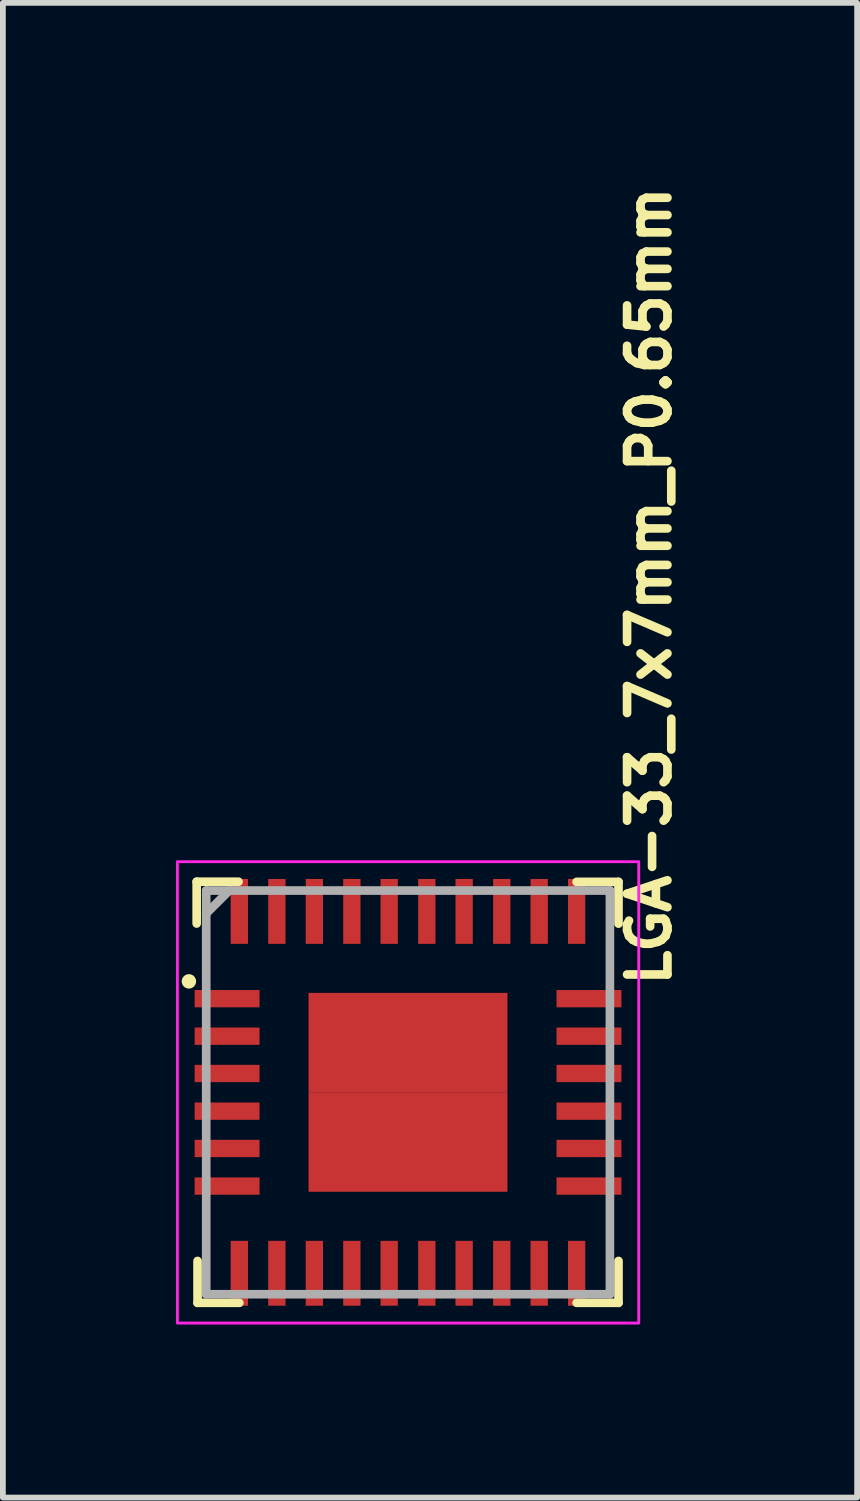
<source format=kicad_pcb>
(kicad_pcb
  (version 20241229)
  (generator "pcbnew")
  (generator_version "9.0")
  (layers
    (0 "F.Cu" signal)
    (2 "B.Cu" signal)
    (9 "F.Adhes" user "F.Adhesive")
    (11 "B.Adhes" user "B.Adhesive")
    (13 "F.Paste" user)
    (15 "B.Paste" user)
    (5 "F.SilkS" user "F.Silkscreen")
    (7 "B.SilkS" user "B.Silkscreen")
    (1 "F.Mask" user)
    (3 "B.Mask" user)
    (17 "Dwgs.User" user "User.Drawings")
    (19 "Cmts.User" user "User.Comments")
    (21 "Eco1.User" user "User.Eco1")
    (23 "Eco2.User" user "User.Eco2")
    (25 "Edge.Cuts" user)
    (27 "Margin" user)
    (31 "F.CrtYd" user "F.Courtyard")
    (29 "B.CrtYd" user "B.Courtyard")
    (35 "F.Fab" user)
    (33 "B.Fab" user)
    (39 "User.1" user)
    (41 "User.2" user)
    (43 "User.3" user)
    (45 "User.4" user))
  (footprint "LGA-33_7x7mm_P0.65mm"
    (layer "F.Cu")
    (at 4.025 15.889)
    (property "Reference" "LGA-33_7x7mm_P0.65mm" (at 4.59 -1.779 90) (layer "F.SilkS") (effects (font (size 0.7 0.7) (thickness 0.15)) (justify left bottom)))
    (attr smd)
    (fp_line (start -3.665 -3.653) (end -2.94 -3.653) (stroke (width 0.15) (type solid)) (layer "F.SilkS"))
    (fp_line (start -3.665 -2.928) (end -3.665 -3.653) (stroke (width 0.15) (type solid)) (layer "F.SilkS"))
    (fp_line (start -3.65 3.648) (end -3.65 2.922) (stroke (width 0.15) (type solid)) (layer "F.SilkS"))
    (fp_line (start -2.926 3.648) (end -3.65 3.648) (stroke (width 0.15) (type solid)) (layer "F.SilkS"))
    (fp_line (start 2.922 -3.65) (end 3.648 -3.65) (stroke (width 0.15) (type solid)) (layer "F.SilkS"))
    (fp_line (start 2.922 3.648) (end 3.648 3.648) (stroke (width 0.15) (type solid)) (layer "F.SilkS"))
    (fp_line (start 3.648 -3.65) (end 3.648 -2.926) (stroke (width 0.15) (type solid)) (layer "F.SilkS"))
    (fp_line (start 3.648 3.648) (end 3.648 2.922) (stroke (width 0.15) (type solid)) (layer "F.SilkS"))
    (fp_circle (center -3.8 -1.925) (end -3.75 -1.925) (stroke (width 0.15) (type solid)) (fill yes) (layer "F.SilkS"))
    (fp_rect (start -4 -4) (end 3.999 3.999) (stroke (width 0.05) (type solid)) (fill no) (layer "F.CrtYd"))
    (fp_line (start -3.5 -3.5) (end -3.5 3.499) (stroke (width 0.15) (type solid)) (layer "F.Fab"))
    (fp_line (start -3.5 3.499) (end 3.499 3.499) (stroke (width 0.15) (type solid)) (layer "F.Fab"))
    (fp_line (start -3.101 -3.5) (end -3.5 -3.101) (stroke (width 0.15) (type solid)) (layer "F.Fab"))
    (fp_line (start 3.499 -3.5) (end -3.5 -3.5) (stroke (width 0.15) (type solid)) (layer "F.Fab"))
    (fp_line (start 3.499 3.499) (end 3.499 -3.5) (stroke (width 0.15) (type solid)) (layer "F.Fab"))
    (fp_rect (start -3.5 -3.5) (end 3.499 3.499) (stroke (width 0.1) (type solid)) (fill no) (layer "User.5"))
    (fp_line (start -3.5 -3.5) (end -3.5 3.499) (stroke (width 0.02) (type solid)) (layer "User.9"))
    (fp_line (start -3.5 3.499) (end 3.499 3.499) (stroke (width 0.02) (type solid)) (layer "User.9"))
    (fp_line (start -3 -2.621) (end -3 -2.601) (stroke (width 0.02) (type solid)) (layer "User.9"))
    (fp_line (start -3 -2.621) (end -3 -2.601) (stroke (width 0.02) (type solid)) (layer "User.9"))
    (fp_line (start -3 -2.601) (end -3 -2.601) (stroke (width 0.02) (type solid)) (layer "User.9"))
    (fp_line (start -3 -2.601) (end -3 -2.601) (stroke (width 0.02) (type solid)) (layer "User.9"))
    (fp_line (start -3 -2.601) (end -3 -2.581) (stroke (width 0.02) (type solid)) (layer "User.9"))
    (fp_line (start -3 -2.601) (end -3 -2.581) (stroke (width 0.02) (type solid)) (layer "User.9"))
    (fp_line (start -3 -2.581) (end -2.999 -2.56) (stroke (width 0.02) (type solid)) (layer "User.9"))
    (fp_line (start -3 -2.581) (end -2.999 -2.56) (stroke (width 0.02) (type solid)) (layer "User.9"))
    (fp_line (start -2.999 -2.641) (end -3 -2.621) (stroke (width 0.02) (type solid)) (layer "User.9"))
    (fp_line (start -2.999 -2.641) (end -3 -2.621) (stroke (width 0.02) (type solid)) (layer "User.9"))
    (fp_line (start -2.999 -2.56) (end -2.996 -2.54) (stroke (width 0.02) (type solid)) (layer "User.9"))
    (fp_line (start -2.999 -2.56) (end -2.996 -2.54) (stroke (width 0.02) (type solid)) (layer "User.9"))
    (fp_line (start -2.996 -2.661) (end -2.999 -2.641) (stroke (width 0.02) (type solid)) (layer "User.9"))
    (fp_line (start -2.996 -2.661) (end -2.999 -2.641) (stroke (width 0.02) (type solid)) (layer "User.9"))
    (fp_line (start -2.996 -2.54) (end -2.992 -2.52) (stroke (width 0.02) (type solid)) (layer "User.9"))
    (fp_line (start -2.996 -2.54) (end -2.992 -2.52) (stroke (width 0.02) (type solid)) (layer "User.9"))
    (fp_line (start -2.992 -2.681) (end -2.996 -2.661) (stroke (width 0.02) (type solid)) (layer "User.9"))
    (fp_line (start -2.992 -2.681) (end -2.996 -2.661) (stroke (width 0.02) (type solid)) (layer "User.9"))
    (fp_line (start -2.992 -2.52) (end -2.988 -2.501) (stroke (width 0.02) (type solid)) (layer "User.9"))
    (fp_line (start -2.992 -2.52) (end -2.988 -2.501) (stroke (width 0.02) (type solid)) (layer "User.9"))
    (fp_line (start -2.988 -2.701) (end -2.992 -2.681) (stroke (width 0.02) (type solid)) (layer "User.9"))
    (fp_line (start -2.988 -2.701) (end -2.992 -2.681) (stroke (width 0.02) (type solid)) (layer "User.9"))
    (fp_line (start -2.988 -2.501) (end -2.983 -2.483) (stroke (width 0.02) (type solid)) (layer "User.9"))
    (fp_line (start -2.988 -2.501) (end -2.983 -2.483) (stroke (width 0.02) (type solid)) (layer "User.9"))
    (fp_line (start -2.983 -2.719) (end -2.988 -2.701) (stroke (width 0.02) (type solid)) (layer "User.9"))
    (fp_line (start -2.983 -2.719) (end -2.988 -2.701) (stroke (width 0.02) (type solid)) (layer "User.9"))
    (fp_line (start -2.983 -2.483) (end -2.976 -2.464) (stroke (width 0.02) (type solid)) (layer "User.9"))
    (fp_line (start -2.983 -2.483) (end -2.976 -2.464) (stroke (width 0.02) (type solid)) (layer "User.9"))
    (fp_line (start -2.976 -2.738) (end -2.983 -2.719) (stroke (width 0.02) (type solid)) (layer "User.9"))
    (fp_line (start -2.976 -2.738) (end -2.983 -2.719) (stroke (width 0.02) (type solid)) (layer "User.9"))
    (fp_line (start -2.976 -2.464) (end -2.969 -2.445) (stroke (width 0.02) (type solid)) (layer "User.9"))
    (fp_line (start -2.976 -2.464) (end -2.969 -2.445) (stroke (width 0.02) (type solid)) (layer "User.9"))
    (fp_line (start -2.969 -2.757) (end -2.976 -2.738) (stroke (width 0.02) (type solid)) (layer "User.9"))
    (fp_line (start -2.969 -2.757) (end -2.976 -2.738) (stroke (width 0.02) (type solid)) (layer "User.9"))
    (fp_line (start -2.969 -2.445) (end -2.961 -2.427) (stroke (width 0.02) (type solid)) (layer "User.9"))
    (fp_line (start -2.969 -2.445) (end -2.961 -2.427) (stroke (width 0.02) (type solid)) (layer "User.9"))
    (fp_line (start -2.961 -2.774) (end -2.969 -2.757) (stroke (width 0.02) (type solid)) (layer "User.9"))
    (fp_line (start -2.961 -2.774) (end -2.969 -2.757) (stroke (width 0.02) (type solid)) (layer "User.9"))
    (fp_line (start -2.961 -2.427) (end -2.952 -2.411) (stroke (width 0.02) (type solid)) (layer "User.9"))
    (fp_line (start -2.961 -2.427) (end -2.952 -2.411) (stroke (width 0.02) (type solid)) (layer "User.9"))
    (fp_line (start -2.952 -2.791) (end -2.961 -2.774) (stroke (width 0.02) (type solid)) (layer "User.9"))
    (fp_line (start -2.952 -2.791) (end -2.961 -2.774) (stroke (width 0.02) (type solid)) (layer "User.9"))
    (fp_line (start -2.952 -2.411) (end -2.943 -2.394) (stroke (width 0.02) (type solid)) (layer "User.9"))
    (fp_line (start -2.952 -2.411) (end -2.943 -2.394) (stroke (width 0.02) (type solid)) (layer "User.9"))
    (fp_line (start -2.943 -2.809) (end -2.952 -2.791) (stroke (width 0.02) (type solid)) (layer "User.9"))
    (fp_line (start -2.943 -2.809) (end -2.952 -2.791) (stroke (width 0.02) (type solid)) (layer "User.9"))
    (fp_line (start -2.943 -2.394) (end -2.932 -2.378) (stroke (width 0.02) (type solid)) (layer "User.9"))
    (fp_line (start -2.943 -2.394) (end -2.932 -2.378) (stroke (width 0.02) (type solid)) (layer "User.9"))
    (fp_line (start -2.932 -2.824) (end -2.943 -2.809) (stroke (width 0.02) (type solid)) (layer "User.9"))
    (fp_line (start -2.932 -2.824) (end -2.943 -2.809) (stroke (width 0.02) (type solid)) (layer "User.9"))
    (fp_line (start -2.932 -2.378) (end -2.922 -2.362) (stroke (width 0.02) (type solid)) (layer "User.9"))
    (fp_line (start -2.932 -2.378) (end -2.922 -2.362) (stroke (width 0.02) (type solid)) (layer "User.9"))
    (fp_line (start -2.922 -2.84) (end -2.932 -2.824) (stroke (width 0.02) (type solid)) (layer "User.9"))
    (fp_line (start -2.922 -2.84) (end -2.932 -2.824) (stroke (width 0.02) (type solid)) (layer "User.9"))
    (fp_line (start -2.922 -2.362) (end -2.91 -2.347) (stroke (width 0.02) (type solid)) (layer "User.9"))
    (fp_line (start -2.922 -2.362) (end -2.91 -2.347) (stroke (width 0.02) (type solid)) (layer "User.9"))
    (fp_line (start -2.91 -2.855) (end -2.922 -2.84) (stroke (width 0.02) (type solid)) (layer "User.9"))
    (fp_line (start -2.91 -2.855) (end -2.922 -2.84) (stroke (width 0.02) (type solid)) (layer "User.9"))
    (fp_line (start -2.91 -2.347) (end -2.896 -2.332) (stroke (width 0.02) (type solid)) (layer "User.9"))
    (fp_line (start -2.91 -2.347) (end -2.896 -2.332) (stroke (width 0.02) (type solid)) (layer "User.9"))
    (fp_line (start -2.896 -2.87) (end -2.91 -2.855) (stroke (width 0.02) (type solid)) (layer "User.9"))
    (fp_line (start -2.896 -2.87) (end -2.91 -2.855) (stroke (width 0.02) (type solid)) (layer "User.9"))
    (fp_line (start -2.896 -2.332) (end -2.883 -2.319) (stroke (width 0.02) (type solid)) (layer "User.9"))
    (fp_line (start -2.896 -2.332) (end -2.883 -2.319) (stroke (width 0.02) (type solid)) (layer "User.9"))
    (fp_line (start -2.883 -2.883) (end -2.896 -2.87) (stroke (width 0.02) (type solid)) (layer "User.9"))
    (fp_line (start -2.883 -2.883) (end -2.896 -2.87) (stroke (width 0.02) (type solid)) (layer "User.9"))
    (fp_line (start -2.883 -2.319) (end -2.87 -2.305) (stroke (width 0.02) (type solid)) (layer "User.9"))
    (fp_line (start -2.883 -2.319) (end -2.87 -2.305) (stroke (width 0.02) (type solid)) (layer "User.9"))
    (fp_line (start -2.87 -2.898) (end -2.883 -2.883) (stroke (width 0.02) (type solid)) (layer "User.9"))
    (fp_line (start -2.87 -2.898) (end -2.883 -2.883) (stroke (width 0.02) (type solid)) (layer "User.9"))
    (fp_line (start -2.87 -2.305) (end -2.855 -2.293) (stroke (width 0.02) (type solid)) (layer "User.9"))
    (fp_line (start -2.87 -2.305) (end -2.855 -2.293) (stroke (width 0.02) (type solid)) (layer "User.9"))
    (fp_line (start -2.855 -2.91) (end -2.87 -2.898) (stroke (width 0.02) (type solid)) (layer "User.9"))
    (fp_line (start -2.855 -2.91) (end -2.87 -2.898) (stroke (width 0.02) (type solid)) (layer "User.9"))
    (fp_line (start -2.855 -2.293) (end -2.84 -2.281) (stroke (width 0.02) (type solid)) (layer "User.9"))
    (fp_line (start -2.855 -2.293) (end -2.84 -2.281) (stroke (width 0.02) (type solid)) (layer "User.9"))
    (fp_line (start -2.84 -2.922) (end -2.855 -2.91) (stroke (width 0.02) (type solid)) (layer "User.9"))
    (fp_line (start -2.84 -2.922) (end -2.855 -2.91) (stroke (width 0.02) (type solid)) (layer "User.9"))
    (fp_line (start -2.84 -2.281) (end -2.824 -2.27) (stroke (width 0.02) (type solid)) (layer "User.9"))
    (fp_line (start -2.84 -2.281) (end -2.824 -2.27) (stroke (width 0.02) (type solid)) (layer "User.9"))
    (fp_line (start -2.824 -2.932) (end -2.84 -2.922) (stroke (width 0.02) (type solid)) (layer "User.9"))
    (fp_line (start -2.824 -2.932) (end -2.84 -2.922) (stroke (width 0.02) (type solid)) (layer "User.9"))
    (fp_line (start -2.824 -2.27) (end -2.809 -2.258) (stroke (width 0.02) (type solid)) (layer "User.9"))
    (fp_line (start -2.824 -2.27) (end -2.809 -2.258) (stroke (width 0.02) (type solid)) (layer "User.9"))
    (fp_line (start -2.809 -2.943) (end -2.824 -2.932) (stroke (width 0.02) (type solid)) (layer "User.9"))
    (fp_line (start -2.809 -2.943) (end -2.824 -2.932) (stroke (width 0.02) (type solid)) (layer "User.9"))
    (fp_line (start -2.809 -2.258) (end -2.791 -2.25) (stroke (width 0.02) (type solid)) (layer "User.9"))
    (fp_line (start -2.809 -2.258) (end -2.791 -2.25) (stroke (width 0.02) (type solid)) (layer "User.9"))
    (fp_line (start -2.791 -2.952) (end -2.809 -2.943) (stroke (width 0.02) (type solid)) (layer "User.9"))
    (fp_line (start -2.791 -2.952) (end -2.809 -2.943) (stroke (width 0.02) (type solid)) (layer "User.9"))
    (fp_line (start -2.791 -2.25) (end -2.774 -2.241) (stroke (width 0.02) (type solid)) (layer "User.9"))
    (fp_line (start -2.791 -2.25) (end -2.774 -2.241) (stroke (width 0.02) (type solid)) (layer "User.9"))
    (fp_line (start -2.774 -2.961) (end -2.791 -2.952) (stroke (width 0.02) (type solid)) (layer "User.9"))
    (fp_line (start -2.774 -2.961) (end -2.791 -2.952) (stroke (width 0.02) (type solid)) (layer "User.9"))
    (fp_line (start -2.774 -2.241) (end -2.757 -2.233) (stroke (width 0.02) (type solid)) (layer "User.9"))
    (fp_line (start -2.774 -2.241) (end -2.757 -2.233) (stroke (width 0.02) (type solid)) (layer "User.9"))
    (fp_line (start -2.757 -2.969) (end -2.774 -2.961) (stroke (width 0.02) (type solid)) (layer "User.9"))
    (fp_line (start -2.757 -2.969) (end -2.774 -2.961) (stroke (width 0.02) (type solid)) (layer "User.9"))
    (fp_line (start -2.757 -2.233) (end -2.738 -2.226) (stroke (width 0.02) (type solid)) (layer "User.9"))
    (fp_line (start -2.757 -2.233) (end -2.738 -2.226) (stroke (width 0.02) (type solid)) (layer "User.9"))
    (fp_line (start -2.738 -2.976) (end -2.757 -2.969) (stroke (width 0.02) (type solid)) (layer "User.9"))
    (fp_line (start -2.738 -2.976) (end -2.757 -2.969) (stroke (width 0.02) (type solid)) (layer "User.9"))
    (fp_line (start -2.738 -2.226) (end -2.719 -2.219) (stroke (width 0.02) (type solid)) (layer "User.9"))
    (fp_line (start -2.738 -2.226) (end -2.719 -2.219) (stroke (width 0.02) (type solid)) (layer "User.9"))
    (fp_line (start -2.719 -2.983) (end -2.738 -2.976) (stroke (width 0.02) (type solid)) (layer "User.9"))
    (fp_line (start -2.719 -2.983) (end -2.738 -2.976) (stroke (width 0.02) (type solid)) (layer "User.9"))
    (fp_line (start -2.719 -2.219) (end -2.701 -2.214) (stroke (width 0.02) (type solid)) (layer "User.9"))
    (fp_line (start -2.719 -2.219) (end -2.701 -2.214) (stroke (width 0.02) (type solid)) (layer "User.9"))
    (fp_line (start -2.701 -2.988) (end -2.719 -2.983) (stroke (width 0.02) (type solid)) (layer "User.9"))
    (fp_line (start -2.701 -2.988) (end -2.719 -2.983) (stroke (width 0.02) (type solid)) (layer "User.9"))
    (fp_line (start -2.701 -2.214) (end -2.681 -2.21) (stroke (width 0.02) (type solid)) (layer "User.9"))
    (fp_line (start -2.701 -2.214) (end -2.681 -2.21) (stroke (width 0.02) (type solid)) (layer "User.9"))
    (fp_line (start -2.681 -2.992) (end -2.701 -2.988) (stroke (width 0.02) (type solid)) (layer "User.9"))
    (fp_line (start -2.681 -2.992) (end -2.701 -2.988) (stroke (width 0.02) (type solid)) (layer "User.9"))
    (fp_line (start -2.681 -2.21) (end -2.661 -2.206) (stroke (width 0.02) (type solid)) (layer "User.9"))
    (fp_line (start -2.681 -2.21) (end -2.661 -2.206) (stroke (width 0.02) (type solid)) (layer "User.9"))
    (fp_line (start -2.661 -2.996) (end -2.681 -2.992) (stroke (width 0.02) (type solid)) (layer "User.9"))
    (fp_line (start -2.661 -2.996) (end -2.681 -2.992) (stroke (width 0.02) (type solid)) (layer "User.9"))
    (fp_line (start -2.661 -2.206) (end -2.641 -2.203) (stroke (width 0.02) (type solid)) (layer "User.9"))
    (fp_line (start -2.661 -2.206) (end -2.641 -2.203) (stroke (width 0.02) (type solid)) (layer "User.9"))
    (fp_line (start -2.641 -2.999) (end -2.661 -2.996) (stroke (width 0.02) (type solid)) (layer "User.9"))
    (fp_line (start -2.641 -2.999) (end -2.661 -2.996) (stroke (width 0.02) (type solid)) (layer "User.9"))
    (fp_line (start -2.641 -2.203) (end -2.621 -2.202) (stroke (width 0.02) (type solid)) (layer "User.9"))
    (fp_line (start -2.641 -2.203) (end -2.621 -2.202) (stroke (width 0.02) (type solid)) (layer "User.9"))
    (fp_line (start -2.621 -3) (end -2.641 -2.999) (stroke (width 0.02) (type solid)) (layer "User.9"))
    (fp_line (start -2.621 -3) (end -2.641 -2.999) (stroke (width 0.02) (type solid)) (layer "User.9"))
    (fp_line (start -2.621 -2.202) (end -2.601 -2.202) (stroke (width 0.02) (type solid)) (layer "User.9"))
    (fp_line (start -2.621 -2.202) (end -2.601 -2.202) (stroke (width 0.02) (type solid)) (layer "User.9"))
    (fp_line (start -2.601 -3) (end -2.621 -3) (stroke (width 0.02) (type solid)) (layer "User.9"))
    (fp_line (start -2.601 -3) (end -2.621 -3) (stroke (width 0.02) (type solid)) (layer "User.9"))
    (fp_line (start -2.601 -2.202) (end -2.581 -2.202) (stroke (width 0.02) (type solid)) (layer "User.9"))
    (fp_line (start -2.601 -2.202) (end -2.581 -2.202) (stroke (width 0.02) (type solid)) (layer "User.9"))
    (fp_line (start -2.581 -3) (end -2.601 -3) (stroke (width 0.02) (type solid)) (layer "User.9"))
    (fp_line (start -2.581 -3) (end -2.601 -3) (stroke (width 0.02) (type solid)) (layer "User.9"))
    (fp_line (start -2.581 -2.202) (end -2.56 -2.203) (stroke (width 0.02) (type solid)) (layer "User.9"))
    (fp_line (start -2.581 -2.202) (end -2.56 -2.203) (stroke (width 0.02) (type solid)) (layer "User.9"))
    (fp_line (start -2.56 -2.999) (end -2.581 -3) (stroke (width 0.02) (type solid)) (layer "User.9"))
    (fp_line (start -2.56 -2.999) (end -2.581 -3) (stroke (width 0.02) (type solid)) (layer "User.9"))
    (fp_line (start -2.56 -2.203) (end -2.54 -2.206) (stroke (width 0.02) (type solid)) (layer "User.9"))
    (fp_line (start -2.56 -2.203) (end -2.54 -2.206) (stroke (width 0.02) (type solid)) (layer "User.9"))
    (fp_line (start -2.54 -2.996) (end -2.56 -2.999) (stroke (width 0.02) (type solid)) (layer "User.9"))
    (fp_line (start -2.54 -2.996) (end -2.56 -2.999) (stroke (width 0.02) (type solid)) (layer "User.9"))
    (fp_line (start -2.54 -2.206) (end -2.52 -2.21) (stroke (width 0.02) (type solid)) (layer "User.9"))
    (fp_line (start -2.54 -2.206) (end -2.52 -2.21) (stroke (width 0.02) (type solid)) (layer "User.9"))
    (fp_line (start -2.52 -2.992) (end -2.54 -2.996) (stroke (width 0.02) (type solid)) (layer "User.9"))
    (fp_line (start -2.52 -2.992) (end -2.54 -2.996) (stroke (width 0.02) (type solid)) (layer "User.9"))
    (fp_line (start -2.52 -2.21) (end -2.501 -2.214) (stroke (width 0.02) (type solid)) (layer "User.9"))
    (fp_line (start -2.52 -2.21) (end -2.501 -2.214) (stroke (width 0.02) (type solid)) (layer "User.9"))
    (fp_line (start -2.501 -2.988) (end -2.52 -2.992) (stroke (width 0.02) (type solid)) (layer "User.9"))
    (fp_line (start -2.501 -2.988) (end -2.52 -2.992) (stroke (width 0.02) (type solid)) (layer "User.9"))
    (fp_line (start -2.501 -2.214) (end -2.483 -2.219) (stroke (width 0.02) (type solid)) (layer "User.9"))
    (fp_line (start -2.501 -2.214) (end -2.483 -2.219) (stroke (width 0.02) (type solid)) (layer "User.9"))
    (fp_line (start -2.483 -2.983) (end -2.501 -2.988) (stroke (width 0.02) (type solid)) (layer "User.9"))
    (fp_line (start -2.483 -2.983) (end -2.501 -2.988) (stroke (width 0.02) (type solid)) (layer "User.9"))
    (fp_line (start -2.483 -2.219) (end -2.464 -2.226) (stroke (width 0.02) (type solid)) (layer "User.9"))
    (fp_line (start -2.483 -2.219) (end -2.464 -2.226) (stroke (width 0.02) (type solid)) (layer "User.9"))
    (fp_line (start -2.464 -2.976) (end -2.483 -2.983) (stroke (width 0.02) (type solid)) (layer "User.9"))
    (fp_line (start -2.464 -2.976) (end -2.483 -2.983) (stroke (width 0.02) (type solid)) (layer "User.9"))
    (fp_line (start -2.464 -2.226) (end -2.445 -2.233) (stroke (width 0.02) (type solid)) (layer "User.9"))
    (fp_line (start -2.464 -2.226) (end -2.445 -2.233) (stroke (width 0.02) (type solid)) (layer "User.9"))
    (fp_line (start -2.445 -2.969) (end -2.464 -2.976) (stroke (width 0.02) (type solid)) (layer "User.9"))
    (fp_line (start -2.445 -2.969) (end -2.464 -2.976) (stroke (width 0.02) (type solid)) (layer "User.9"))
    (fp_line (start -2.445 -2.233) (end -2.427 -2.241) (stroke (width 0.02) (type solid)) (layer "User.9"))
    (fp_line (start -2.445 -2.233) (end -2.427 -2.241) (stroke (width 0.02) (type solid)) (layer "User.9"))
    (fp_line (start -2.427 -2.961) (end -2.445 -2.969) (stroke (width 0.02) (type solid)) (layer "User.9"))
    (fp_line (start -2.427 -2.961) (end -2.445 -2.969) (stroke (width 0.02) (type solid)) (layer "User.9"))
    (fp_line (start -2.427 -2.241) (end -2.411 -2.25) (stroke (width 0.02) (type solid)) (layer "User.9"))
    (fp_line (start -2.427 -2.241) (end -2.411 -2.25) (stroke (width 0.02) (type solid)) (layer "User.9"))
    (fp_line (start -2.411 -2.952) (end -2.427 -2.961) (stroke (width 0.02) (type solid)) (layer "User.9"))
    (fp_line (start -2.411 -2.952) (end -2.427 -2.961) (stroke (width 0.02) (type solid)) (layer "User.9"))
    (fp_line (start -2.411 -2.25) (end -2.394 -2.258) (stroke (width 0.02) (type solid)) (layer "User.9"))
    (fp_line (start -2.411 -2.25) (end -2.394 -2.258) (stroke (width 0.02) (type solid)) (layer "User.9"))
    (fp_line (start -2.394 -2.943) (end -2.411 -2.952) (stroke (width 0.02) (type solid)) (layer "User.9"))
    (fp_line (start -2.394 -2.943) (end -2.411 -2.952) (stroke (width 0.02) (type solid)) (layer "User.9"))
    (fp_line (start -2.394 -2.258) (end -2.378 -2.27) (stroke (width 0.02) (type solid)) (layer "User.9"))
    (fp_line (start -2.394 -2.258) (end -2.378 -2.27) (stroke (width 0.02) (type solid)) (layer "User.9"))
    (fp_line (start -2.378 -2.932) (end -2.394 -2.943) (stroke (width 0.02) (type solid)) (layer "User.9"))
    (fp_line (start -2.378 -2.932) (end -2.394 -2.943) (stroke (width 0.02) (type solid)) (layer "User.9"))
    (fp_line (start -2.378 -2.27) (end -2.362 -2.281) (stroke (width 0.02) (type solid)) (layer "User.9"))
    (fp_line (start -2.378 -2.27) (end -2.362 -2.281) (stroke (width 0.02) (type solid)) (layer "User.9"))
    (fp_line (start -2.362 -2.922) (end -2.378 -2.932) (stroke (width 0.02) (type solid)) (layer "User.9"))
    (fp_line (start -2.362 -2.922) (end -2.378 -2.932) (stroke (width 0.02) (type solid)) (layer "User.9"))
    (fp_line (start -2.362 -2.281) (end -2.347 -2.293) (stroke (width 0.02) (type solid)) (layer "User.9"))
    (fp_line (start -2.362 -2.281) (end -2.347 -2.293) (stroke (width 0.02) (type solid)) (layer "User.9"))
    (fp_line (start -2.347 -2.91) (end -2.362 -2.922) (stroke (width 0.02) (type solid)) (layer "User.9"))
    (fp_line (start -2.347 -2.91) (end -2.362 -2.922) (stroke (width 0.02) (type solid)) (layer "User.9"))
    (fp_line (start -2.347 -2.293) (end -2.332 -2.305) (stroke (width 0.02) (type solid)) (layer "User.9"))
    (fp_line (start -2.347 -2.293) (end -2.332 -2.305) (stroke (width 0.02) (type solid)) (layer "User.9"))
    (fp_line (start -2.332 -2.898) (end -2.347 -2.91) (stroke (width 0.02) (type solid)) (layer "User.9"))
    (fp_line (start -2.332 -2.898) (end -2.347 -2.91) (stroke (width 0.02) (type solid)) (layer "User.9"))
    (fp_line (start -2.332 -2.305) (end -2.319 -2.319) (stroke (width 0.02) (type solid)) (layer "User.9"))
    (fp_line (start -2.332 -2.305) (end -2.319 -2.319) (stroke (width 0.02) (type solid)) (layer "User.9"))
    (fp_line (start -2.319 -2.883) (end -2.332 -2.898) (stroke (width 0.02) (type solid)) (layer "User.9"))
    (fp_line (start -2.319 -2.883) (end -2.332 -2.898) (stroke (width 0.02) (type solid)) (layer "User.9"))
    (fp_line (start -2.319 -2.319) (end -2.306 -2.332) (stroke (width 0.02) (type solid)) (layer "User.9"))
    (fp_line (start -2.319 -2.319) (end -2.306 -2.332) (stroke (width 0.02) (type solid)) (layer "User.9"))
    (fp_line (start -2.306 -2.87) (end -2.319 -2.883) (stroke (width 0.02) (type solid)) (layer "User.9"))
    (fp_line (start -2.306 -2.87) (end -2.319 -2.883) (stroke (width 0.02) (type solid)) (layer "User.9"))
    (fp_line (start -2.306 -2.332) (end -2.293 -2.347) (stroke (width 0.02) (type solid)) (layer "User.9"))
    (fp_line (start -2.306 -2.332) (end -2.293 -2.347) (stroke (width 0.02) (type solid)) (layer "User.9"))
    (fp_line (start -2.293 -2.855) (end -2.306 -2.87) (stroke (width 0.02) (type solid)) (layer "User.9"))
    (fp_line (start -2.293 -2.855) (end -2.306 -2.87) (stroke (width 0.02) (type solid)) (layer "User.9"))
    (fp_line (start -2.293 -2.347) (end -2.281 -2.362) (stroke (width 0.02) (type solid)) (layer "User.9"))
    (fp_line (start -2.293 -2.347) (end -2.281 -2.362) (stroke (width 0.02) (type solid)) (layer "User.9"))
    (fp_line (start -2.281 -2.84) (end -2.293 -2.855) (stroke (width 0.02) (type solid)) (layer "User.9"))
    (fp_line (start -2.281 -2.84) (end -2.293 -2.855) (stroke (width 0.02) (type solid)) (layer "User.9"))
    (fp_line (start -2.281 -2.362) (end -2.27 -2.378) (stroke (width 0.02) (type solid)) (layer "User.9"))
    (fp_line (start -2.281 -2.362) (end -2.27 -2.378) (stroke (width 0.02) (type solid)) (layer "User.9"))
    (fp_line (start -2.27 -2.824) (end -2.281 -2.84) (stroke (width 0.02) (type solid)) (layer "User.9"))
    (fp_line (start -2.27 -2.824) (end -2.281 -2.84) (stroke (width 0.02) (type solid)) (layer "User.9"))
    (fp_line (start -2.27 -2.378) (end -2.259 -2.394) (stroke (width 0.02) (type solid)) (layer "User.9"))
    (fp_line (start -2.27 -2.378) (end -2.259 -2.394) (stroke (width 0.02) (type solid)) (layer "User.9"))
    (fp_line (start -2.259 -2.809) (end -2.27 -2.824) (stroke (width 0.02) (type solid)) (layer "User.9"))
    (fp_line (start -2.259 -2.809) (end -2.27 -2.824) (stroke (width 0.02) (type solid)) (layer "User.9"))
    (fp_line (start -2.259 -2.394) (end -2.25 -2.411) (stroke (width 0.02) (type solid)) (layer "User.9"))
    (fp_line (start -2.259 -2.394) (end -2.25 -2.411) (stroke (width 0.02) (type solid)) (layer "User.9"))
    (fp_line (start -2.25 -2.791) (end -2.259 -2.809) (stroke (width 0.02) (type solid)) (layer "User.9"))
    (fp_line (start -2.25 -2.791) (end -2.259 -2.809) (stroke (width 0.02) (type solid)) (layer "User.9"))
    (fp_line (start -2.25 -2.411) (end -2.241 -2.427) (stroke (width 0.02) (type solid)) (layer "User.9"))
    (fp_line (start -2.25 -2.411) (end -2.241 -2.427) (stroke (width 0.02) (type solid)) (layer "User.9"))
    (fp_line (start -2.241 -2.774) (end -2.25 -2.791) (stroke (width 0.02) (type solid)) (layer "User.9"))
    (fp_line (start -2.241 -2.774) (end -2.25 -2.791) (stroke (width 0.02) (type solid)) (layer "User.9"))
    (fp_line (start -2.241 -2.427) (end -2.233 -2.445) (stroke (width 0.02) (type solid)) (layer "User.9"))
    (fp_line (start -2.241 -2.427) (end -2.233 -2.445) (stroke (width 0.02) (type solid)) (layer "User.9"))
    (fp_line (start -2.233 -2.757) (end -2.241 -2.774) (stroke (width 0.02) (type solid)) (layer "User.9"))
    (fp_line (start -2.233 -2.757) (end -2.241 -2.774) (stroke (width 0.02) (type solid)) (layer "User.9"))
    (fp_line (start -2.233 -2.445) (end -2.226 -2.464) (stroke (width 0.02) (type solid)) (layer "User.9"))
    (fp_line (start -2.233 -2.445) (end -2.226 -2.464) (stroke (width 0.02) (type solid)) (layer "User.9"))
    (fp_line (start -2.226 -2.738) (end -2.233 -2.757) (stroke (width 0.02) (type solid)) (layer "User.9"))
    (fp_line (start -2.226 -2.738) (end -2.233 -2.757) (stroke (width 0.02) (type solid)) (layer "User.9"))
    (fp_line (start -2.226 -2.464) (end -2.219 -2.483) (stroke (width 0.02) (type solid)) (layer "User.9"))
    (fp_line (start -2.226 -2.464) (end -2.219 -2.483) (stroke (width 0.02) (type solid)) (layer "User.9"))
    (fp_line (start -2.219 -2.719) (end -2.226 -2.738) (stroke (width 0.02) (type solid)) (layer "User.9"))
    (fp_line (start -2.219 -2.719) (end -2.226 -2.738) (stroke (width 0.02) (type solid)) (layer "User.9"))
    (fp_line (start -2.219 -2.483) (end -2.214 -2.501) (stroke (width 0.02) (type solid)) (layer "User.9"))
    (fp_line (start -2.219 -2.483) (end -2.214 -2.501) (stroke (width 0.02) (type solid)) (layer "User.9"))
    (fp_line (start -2.214 -2.701) (end -2.219 -2.719) (stroke (width 0.02) (type solid)) (layer "User.9"))
    (fp_line (start -2.214 -2.701) (end -2.219 -2.719) (stroke (width 0.02) (type solid)) (layer "User.9"))
    (fp_line (start -2.214 -2.501) (end -2.21 -2.52) (stroke (width 0.02) (type solid)) (layer "User.9"))
    (fp_line (start -2.214 -2.501) (end -2.21 -2.52) (stroke (width 0.02) (type solid)) (layer "User.9"))
    (fp_line (start -2.21 -2.681) (end -2.214 -2.701) (stroke (width 0.02) (type solid)) (layer "User.9"))
    (fp_line (start -2.21 -2.681) (end -2.214 -2.701) (stroke (width 0.02) (type solid)) (layer "User.9"))
    (fp_line (start -2.21 -2.52) (end -2.206 -2.54) (stroke (width 0.02) (type solid)) (layer "User.9"))
    (fp_line (start -2.21 -2.52) (end -2.206 -2.54) (stroke (width 0.02) (type solid)) (layer "User.9"))
    (fp_line (start -2.206 -2.661) (end -2.21 -2.681) (stroke (width 0.02) (type solid)) (layer "User.9"))
    (fp_line (start -2.206 -2.661) (end -2.21 -2.681) (stroke (width 0.02) (type solid)) (layer "User.9"))
    (fp_line (start -2.206 -2.54) (end -2.203 -2.56) (stroke (width 0.02) (type solid)) (layer "User.9"))
    (fp_line (start -2.206 -2.54) (end -2.203 -2.56) (stroke (width 0.02) (type solid)) (layer "User.9"))
    (fp_line (start -2.203 -2.641) (end -2.206 -2.661) (stroke (width 0.02) (type solid)) (layer "User.9"))
    (fp_line (start -2.203 -2.641) (end -2.206 -2.661) (stroke (width 0.02) (type solid)) (layer "User.9"))
    (fp_line (start -2.203 -2.56) (end -2.202 -2.581) (stroke (width 0.02) (type solid)) (layer "User.9"))
    (fp_line (start -2.203 -2.56) (end -2.202 -2.581) (stroke (width 0.02) (type solid)) (layer "User.9"))
    (fp_line (start -2.202 -2.621) (end -2.203 -2.641) (stroke (width 0.02) (type solid)) (layer "User.9"))
    (fp_line (start -2.202 -2.621) (end -2.203 -2.641) (stroke (width 0.02) (type solid)) (layer "User.9"))
    (fp_line (start -2.202 -2.601) (end -2.202 -2.621) (stroke (width 0.02) (type solid)) (layer "User.9"))
    (fp_line (start -2.202 -2.601) (end -2.202 -2.621) (stroke (width 0.02) (type solid)) (layer "User.9"))
    (fp_line (start -2.202 -2.601) (end -2.202 -2.601) (stroke (width 0.02) (type solid)) (layer "User.9"))
    (fp_line (start -2.202 -2.601) (end -2.202 -2.601) (stroke (width 0.02) (type solid)) (layer "User.9"))
    (fp_line (start -2.202 -2.581) (end -2.202 -2.601) (stroke (width 0.02) (type solid)) (layer "User.9"))
    (fp_line (start -2.202 -2.581) (end -2.202 -2.601) (stroke (width 0.02) (type solid)) (layer "User.9"))
    (fp_line (start 3.499 -3.5) (end -3.5 -3.5) (stroke (width 0.02) (type solid)) (layer "User.9"))
    (fp_line (start 3.499 3.499) (end 3.499 -3.5) (stroke (width 0.02) (type solid)) (layer "User.9"))
    (pad "1" smd rect (at -3.138 -1.625 90) (size 0.3 1.125) (layers "F.Cu" "F.Mask" "F.Paste"))
    (pad "2" smd rect (at -3.138 -0.975 90) (size 0.3 1.125) (layers "F.Cu" "F.Mask" "F.Paste"))
    (pad "3" smd rect (at -3.138 -0.328 90) (size 0.3 1.125) (layers "F.Cu" "F.Mask" "F.Paste"))
    (pad "4" smd rect (at -3.138 0.325 90) (size 0.3 1.125) (layers "F.Cu" "F.Mask" "F.Paste"))
    (pad "5" smd rect (at -3.138 0.972 90) (size 0.3 1.125) (layers "F.Cu" "F.Mask" "F.Paste"))
    (pad "6" smd rect (at -3.138 1.624 90) (size 0.3 1.125) (layers "F.Cu" "F.Mask" "F.Paste"))
    (pad "7" smd rect (at -2.926 3.136 180) (size 0.3 1.125) (layers "F.Cu" "F.Mask" "F.Paste"))
    (pad "8" smd rect (at -2.275 3.136 180) (size 0.3 1.125) (layers "F.Cu" "F.Mask" "F.Paste"))
    (pad "9" smd rect (at -1.625 3.136) (size 0.3 1.125) (layers "F.Cu" "F.Mask" "F.Paste"))
    (pad "10" smd rect (at -0.975 3.136) (size 0.3 1.125) (layers "F.Cu" "F.Mask" "F.Paste"))
    (pad "11" smd rect (at -0.328 3.136) (size 0.3 1.125) (layers "F.Cu" "F.Mask" "F.Paste"))
    (pad "12" smd rect (at 0.325 3.136) (size 0.3 1.125) (layers "F.Cu" "F.Mask" "F.Paste"))
    (pad "13" smd rect (at 0.972 3.136) (size 0.3 1.125) (layers "F.Cu" "F.Mask" "F.Paste"))
    (pad "14" smd rect (at 1.624 3.136) (size 0.3 1.125) (layers "F.Cu" "F.Mask" "F.Paste"))
    (pad "15" smd rect (at 2.273 3.136) (size 0.3 1.125) (layers "F.Cu" "F.Mask" "F.Paste"))
    (pad "16" smd rect (at 2.922 3.136) (size 0.3 1.125) (layers "F.Cu" "F.Mask" "F.Paste"))
    (pad "17" smd rect (at 3.136 1.624 90) (size 0.3 1.125) (layers "F.Cu" "F.Mask" "F.Paste"))
    (pad "18" smd rect (at 3.136 0.972 90) (size 0.3 1.125) (layers "F.Cu" "F.Mask" "F.Paste"))
    (pad "19" smd rect (at 3.136 0.325 90) (size 0.3 1.125) (layers "F.Cu" "F.Mask" "F.Paste"))
    (pad "20" smd rect (at 3.136 -0.328 90) (size 0.3 1.125) (layers "F.Cu" "F.Mask" "F.Paste"))
    (pad "21" smd rect (at 3.136 -0.975 90) (size 0.3 1.125) (layers "F.Cu" "F.Mask" "F.Paste"))
    (pad "22" smd rect (at 3.136 -1.625 90) (size 0.3 1.125) (layers "F.Cu" "F.Mask" "F.Paste"))
    (pad "23" smd rect (at 2.922 -3.138 180) (size 0.3 1.125) (layers "F.Cu" "F.Mask" "F.Paste"))
    (pad "24" smd rect (at 2.273 -3.138 180) (size 0.3 1.125) (layers "F.Cu" "F.Mask" "F.Paste"))
    (pad "25" smd rect (at 1.624 -3.138) (size 0.3 1.125) (layers "F.Cu" "F.Mask" "F.Paste"))
    (pad "26" smd rect (at 0.972 -3.138) (size 0.3 1.125) (layers "F.Cu" "F.Mask" "F.Paste"))
    (pad "27" smd rect (at 0.325 -3.138) (size 0.3 1.125) (layers "F.Cu" "F.Mask" "F.Paste"))
    (pad "28" smd rect (at -0.328 -3.138) (size 0.3 1.125) (layers "F.Cu" "F.Mask" "F.Paste"))
    (pad "29" smd rect (at -0.975 -3.138) (size 0.3 1.125) (layers "F.Cu" "F.Mask" "F.Paste"))
    (pad "30" smd rect (at -1.625 -3.138) (size 0.3 1.125) (layers "F.Cu" "F.Mask" "F.Paste"))
    (pad "31" smd rect (at -2.275 -3.138) (size 0.3 1.125) (layers "F.Cu" "F.Mask" "F.Paste"))
    (pad "32" smd rect (at -2.926 -3.138) (size 0.3 1.125) (layers "F.Cu" "F.Mask" "F.Paste"))
    (pad "33" smd rect (at -0.863 -0.863) (size 1.725 1.725) (layers "F.Cu" "F.Mask" "F.Paste"))
    (pad "33" smd rect (at -0.863 0.86) (size 1.725 1.725) (layers "F.Cu" "F.Mask" "F.Paste"))
    (pad "33" smd rect (at 0.86 -0.863) (size 1.725 1.725) (layers "F.Cu" "F.Mask" "F.Paste"))
    (pad "33" smd rect (at 0.86 0.86) (size 1.725 1.725) (layers "F.Cu" "F.Mask" "F.Paste")))
  (gr_rect
    (start -3 -3)
    (end 11.81 22.913)
    (stroke (width 0.1) (type default))
    (fill no)
    (layer "Edge.Cuts")))
</source>
